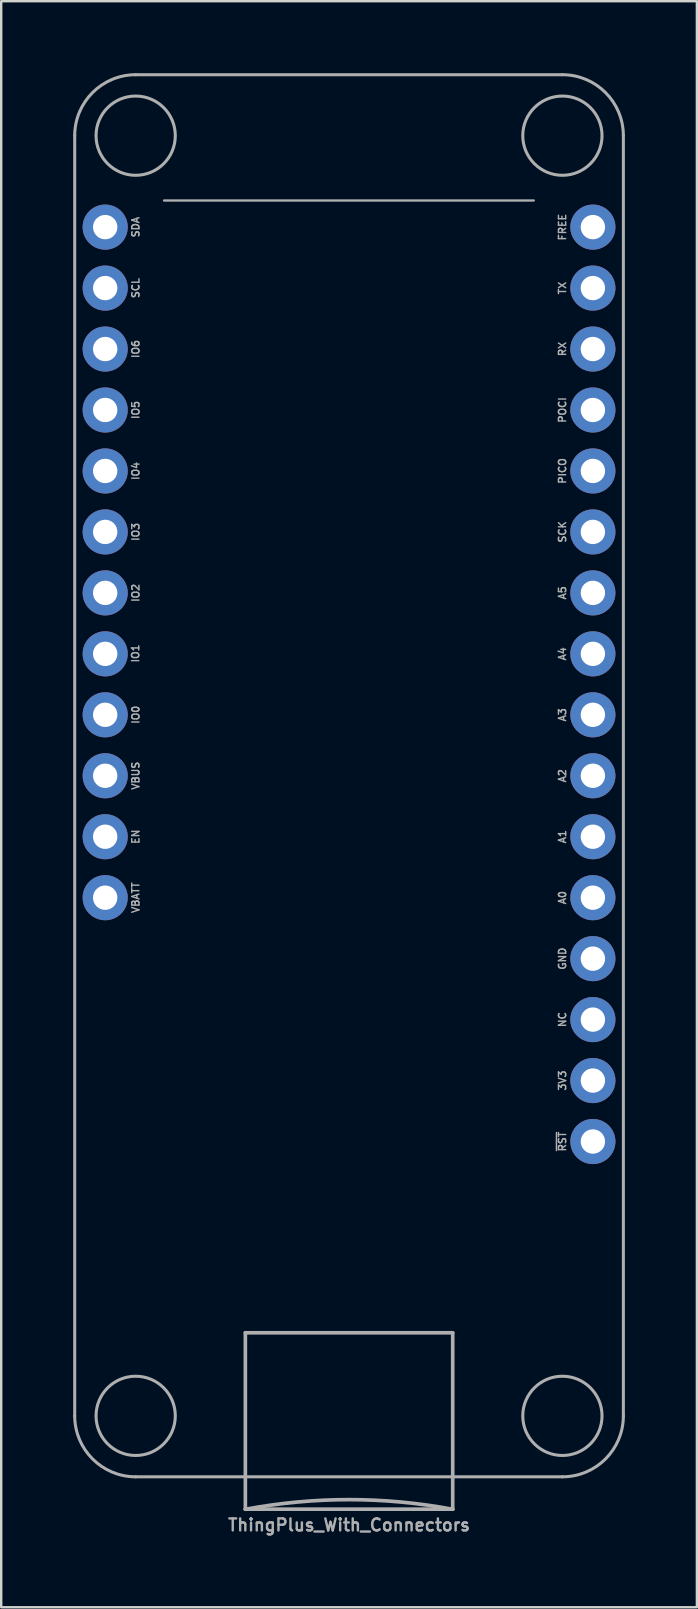
<source format=kicad_pcb>
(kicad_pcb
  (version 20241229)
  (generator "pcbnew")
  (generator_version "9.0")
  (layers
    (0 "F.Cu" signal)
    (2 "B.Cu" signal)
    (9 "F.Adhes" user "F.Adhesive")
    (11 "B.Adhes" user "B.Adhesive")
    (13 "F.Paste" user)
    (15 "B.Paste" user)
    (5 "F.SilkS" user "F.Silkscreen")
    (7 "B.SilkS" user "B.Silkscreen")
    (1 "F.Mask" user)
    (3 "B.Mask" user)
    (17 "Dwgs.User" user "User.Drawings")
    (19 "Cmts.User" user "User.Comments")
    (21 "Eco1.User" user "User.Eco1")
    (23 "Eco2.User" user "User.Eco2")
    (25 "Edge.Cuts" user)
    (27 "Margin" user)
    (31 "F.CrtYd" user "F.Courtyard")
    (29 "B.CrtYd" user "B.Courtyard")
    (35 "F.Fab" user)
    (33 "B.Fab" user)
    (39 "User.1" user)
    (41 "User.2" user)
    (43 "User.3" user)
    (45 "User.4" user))
  (footprint "ThingPlus_With_Connectors"
    (layer "F.Cu")
    (at 11.493 29.273)
    (property "Reference" "ThingPlus_With_Connectors" (at 0 31.51 0) (layer "F.Fab") (effects (font (size 0.5 0.5) (thickness 0.1) (bold yes)) (justify bottom)))
    (fp_line (start -11.43 26.67) (end -11.43 -26.67) (stroke (width 0.127) (type solid)) (layer "F.Fab"))
    (fp_line (start -8.89 -29.21) (end 8.89 -29.21) (stroke (width 0.127) (type solid)) (layer "F.Fab"))
    (fp_line (start -7.706 -23.969) (end 7.694 -23.969) (stroke (width 0.1) (type solid)) (layer "F.Fab"))
    (fp_line (start -4.32 23.209) (end -4.32 24.829) (stroke (width 0.01) (type solid)) (layer "F.Fab"))
    (fp_line (start -4.32 23.209) (end 4.32 23.209) (stroke (width 0.152) (type solid)) (layer "F.Fab"))
    (fp_line (start -4.32 27.159) (end -4.32 28.759) (stroke (width 0.01) (type solid)) (layer "F.Fab"))
    (fp_line (start -4.32 30.559) (end -4.32 23.209) (stroke (width 0.152) (type solid)) (layer "F.Fab"))
    (fp_line (start -4.32 30.559) (end 4.32 30.559) (stroke (width 0.152) (type solid)) (layer "F.Fab"))
    (fp_line (start 4.32 23.209) (end 4.32 24.829) (stroke (width 0.01) (type solid)) (layer "F.Fab"))
    (fp_line (start 4.32 23.209) (end 4.32 30.559) (stroke (width 0.152) (type solid)) (layer "F.Fab"))
    (fp_line (start 4.32 27.159) (end 4.32 28.759) (stroke (width 0.01) (type solid)) (layer "F.Fab"))
    (fp_line (start 8.89 29.21) (end -8.89 29.21) (stroke (width 0.127) (type solid)) (layer "F.Fab"))
    (fp_line (start 11.43 -26.67) (end 11.43 26.67) (stroke (width 0.127) (type solid)) (layer "F.Fab"))
    (fp_arc (start -11.43 -26.67) (mid -10.686051 -28.466051) (end -8.89 -29.21) (stroke (width 0.127) (type solid)) (layer "F.Fab"))
    (fp_arc (start -8.89 29.21) (mid -10.686051 28.466051) (end -11.43 26.67) (stroke (width 0.127) (type solid)) (layer "F.Fab"))
    (fp_arc (start -4.32 30.56375) (mid 0 30.161425) (end 4.32 30.56375) (stroke (width 0.1524) (type solid)) (layer "F.Fab"))
    (fp_arc (start 8.89 -29.21) (mid 10.686051 -28.466051) (end 11.43 -26.67) (stroke (width 0.127) (type solid)) (layer "F.Fab"))
    (fp_arc (start 11.43 26.67) (mid 10.686051 28.466051) (end 8.89 29.21) (stroke (width 0.127) (type solid)) (layer "F.Fab"))
    (fp_circle (center -8.89 -26.67) (end -7.239 -26.67) (stroke (width 0.127) (type solid)) (fill no) (layer "F.Fab"))
    (fp_circle (center -8.89 26.67) (end -7.239 26.67) (stroke (width 0.127) (type solid)) (fill no) (layer "F.Fab"))
    (fp_circle (center 8.89 -26.67) (end 10.541 -26.67) (stroke (width 0.127) (type solid)) (fill no) (layer "F.Fab"))
    (fp_circle (center 8.89 26.67) (end 10.541 26.67) (stroke (width 0.127) (type solid)) (fill no) (layer "F.Fab"))
    (fp_line (start -10.95 16.685) (end -10.95 22.685) (stroke (width 0.152) (type solid)) (layer "User.1"))
    (fp_line (start -10.95 16.685) (end -6.7 16.685) (stroke (width 0.152) (type solid)) (layer "User.1"))
    (fp_line (start -10.62 6.8) (end -10.62 14.8) (stroke (width 0.152) (type solid)) (layer "User.1"))
    (fp_line (start -10.62 14.8) (end -3.12 14.795) (stroke (width 0.152) (type solid)) (layer "User.1"))
    (fp_line (start -7.706 -29.119) (end 7.694 -29.119) (stroke (width 0.1) (type solid)) (layer "User.1"))
    (fp_line (start -7.706 -8.669) (end -7.706 -29.119) (stroke (width 0.1) (type solid)) (layer "User.1"))
    (fp_line (start -6.7 16.685) (end -6.7 22.685) (stroke (width 0.152) (type solid)) (layer "User.1"))
    (fp_line (start -6.7 22.685) (end -10.95 22.685) (stroke (width 0.152) (type solid)) (layer "User.1"))
    (fp_line (start -5.62 7.595) (end -3.12 7.595) (stroke (width 0.152) (type solid)) (layer "User.1"))
    (fp_line (start -5.62 13.995) (end -5.62 7.595) (stroke (width 0.152) (type solid)) (layer "User.1"))
    (fp_line (start -3.12 6.795) (end -10.62 6.8) (stroke (width 0.152) (type solid)) (layer "User.1"))
    (fp_line (start -3.12 7.595) (end -3.12 6.795) (stroke (width 0.152) (type solid)) (layer "User.1"))
    (fp_line (start -3.12 13.995) (end -5.62 13.995) (stroke (width 0.152) (type solid)) (layer "User.1"))
    (fp_line (start -3.12 14.795) (end -3.12 13.995) (stroke (width 0.152) (type solid)) (layer "User.1"))
    (fp_line (start 7.694 -29.119) (end 7.694 -8.669) (stroke (width 0.1) (type solid)) (layer "User.1"))
    (fp_line (start 7.694 -8.669) (end -7.706 -8.669) (stroke (width 0.1) (type solid)) (layer "User.1"))
    (fp_poly (pts (xy -8.405 11.293) (xy -8.416 11.375) (xy -8.452 11.418) (xy -8.496 11.433) (xy -8.549 11.436) (xy -8.602 11.433) (xy -8.645 11.418) (xy -8.681 11.374) (xy -8.692 11.291) (xy -8.681 11.21) (xy -8.645 11.166) (xy -8.601 11.151) (xy -8.548 11.148) (xy -8.494 11.151) (xy -8.452 11.166) (xy -8.416 11.21) (xy -8.405 11.293)) (stroke (width 0.1) (type solid)) (fill no) (layer "User.1"))
    (fp_poly (pts (xy -7.522 11.293) (xy -7.533 11.375) (xy -7.569 11.418) (xy -7.612 11.433) (xy -7.667 11.436) (xy -8.184 11.436) (xy -8.237 11.433) (xy -8.28 11.418) (xy -8.316 11.374) (xy -8.327 11.291) (xy -8.316 11.21) (xy -8.279 11.166) (xy -8.236 11.151) (xy -8.181 11.148) (xy -7.665 11.148) (xy -7.611 11.151) (xy -7.569 11.166) (xy -7.533 11.21) (xy -7.522 11.293)) (stroke (width 0.1) (type solid)) (fill no) (layer "User.1"))
    (fp_poly (pts (xy -7.522 12.171) (xy -7.533 12.253) (xy -7.57 12.298) (xy -7.613 12.313) (xy -7.668 12.315) (xy -8.489 12.315) (xy -8.542 12.313) (xy -8.586 12.298) (xy -8.622 12.253) (xy -8.633 12.169) (xy -8.622 12.087) (xy -8.586 12.042) (xy -8.542 12.027) (xy -8.487 12.025) (xy -7.77 12.025) (xy -7.77 11.637) (xy -7.767 11.592) (xy -7.755 11.556) (xy -7.717 11.525) (xy -7.646 11.515) (xy -7.576 11.525) (xy -7.538 11.556) (xy -7.525 11.594) (xy -7.522 11.639) (xy -7.522 12.171)) (stroke (width 0.1) (type solid)) (fill no) (layer "User.1"))
    (fp_poly (pts (xy -7.508 9.704) (xy -7.508 9.707) (xy -7.798 9.707) (xy -7.83 9.618) (xy -7.929 9.575) (xy -8.022 9.612) (xy -8.057 9.709) (xy -8.02 9.798) (xy -7.927 9.836) (xy -7.83 9.794) (xy -7.798 9.707) (xy -7.508 9.707) (xy -7.521 9.807) (xy -7.56 9.904) (xy -7.626 9.994) (xy -7.712 10.068) (xy -7.812 10.111) (xy -7.925 10.126) (xy -8.035 10.112) (xy -8.135 10.071) (xy -8.223 10.002) (xy -8.292 9.914) (xy -8.334 9.816) (xy -8.348 9.707) (xy -8.334 9.595) (xy -8.293 9.496) (xy -8.225 9.408) (xy -8.138 9.339) (xy -8.038 9.298) (xy -7.927 9.285) (xy -7.81 9.299) (xy -7.709 9.343) (xy -7.624 9.416) (xy -7.559 9.506) (xy -7.521 9.602) (xy -7.508 9.704)) (stroke (width 0.1) (type solid)) (fill no) (layer "User.1"))
    (fp_poly (pts (xy -9.028 21.445) (xy -9.014 21.402) (xy -8.99 21.364) (xy -8.981 21.354) (xy -8.943 21.32) (xy -8.9 21.296) (xy -8.85 21.281) (xy -8.791 21.276) (xy -8.755 21.276) (xy -8.724 21.278) (xy -8.7 21.282) (xy -8.679 21.288) (xy -8.656 21.298) (xy -8.642 21.305) (xy -8.596 21.334) (xy -8.563 21.368) (xy -8.54 21.409) (xy -8.527 21.458) (xy -8.524 21.483) (xy -8.524 21.511) (xy -8.528 21.539) (xy -8.53 21.547) (xy -8.55 21.598) (xy -8.58 21.64) (xy -8.62 21.672) (xy -8.668 21.695) (xy -8.725 21.709) (xy -8.757 21.712) (xy -8.821 21.711) (xy -8.876 21.7) (xy -8.924 21.68) (xy -8.966 21.649) (xy -8.983 21.632) (xy -9.01 21.594) (xy -9.026 21.553) (xy -9.032 21.504) (xy -9.033 21.494)) (stroke (width 0.1) (type solid)) (fill no) (layer "User.1"))
    (fp_poly (pts (xy -7.524 10.893) (xy -7.535 10.975) (xy -7.571 11.02) (xy -7.615 11.035) (xy -7.67 11.037) (xy -8.489 11.037) (xy -8.542 11.035) (xy -8.586 11.02) (xy -8.622 10.975) (xy -8.633 10.891) (xy -8.633 10.575) (xy -8.627 10.511) (xy -8.608 10.444) (xy -8.577 10.377) (xy -8.535 10.313) (xy -8.479 10.257) (xy -8.406 10.211) (xy -8.32 10.181) (xy -8.225 10.171) (xy -8.132 10.18) (xy -8.047 10.21) (xy -7.975 10.256) (xy -7.919 10.313) (xy -7.877 10.377) (xy -7.846 10.444) (xy -7.827 10.512) (xy -7.821 10.577) (xy -7.821 10.747) (xy -8.111 10.747) (xy -8.111 10.575) (xy -8.14 10.497) (xy -8.227 10.459) (xy -8.31 10.494) (xy -8.343 10.577) (xy -8.343 10.747) (xy -8.111 10.747) (xy -7.821 10.747) (xy -7.668 10.747) (xy -7.613 10.749) (xy -7.571 10.764) (xy -7.535 10.809) (xy -7.524 10.893)) (stroke (width 0.1) (type solid)) (fill no) (layer "User.1"))
    (fp_poly (pts (xy -1.411 27.933) (xy -1.411 27.489) (xy -1.409 27.434) (xy -1.394 27.39) (xy -1.349 27.354) (xy -1.265 27.343) (xy -1.182 27.354) (xy -1.138 27.39) (xy -1.122 27.434) (xy -1.119 27.49) (xy -1.119 27.933) (xy -1.103 28.045) (xy -1.04 28.139) (xy -0.985 28.17) (xy -0.918 28.181) (xy -0.836 28.164) (xy -0.773 28.113) (xy -0.733 28.033) (xy -0.719 27.932) (xy -0.719 27.481) (xy -0.716 27.429) (xy -0.7 27.388) (xy -0.656 27.354) (xy -0.573 27.343) (xy -0.491 27.354) (xy -0.446 27.391) (xy -0.431 27.436) (xy -0.429 27.49) (xy -0.429 27.937) (xy -0.437 28.033) (xy -0.461 28.127) (xy -0.501 28.217) (xy -0.554 28.299) (xy -0.623 28.37) (xy -0.71 28.425) (xy -0.811 28.461) (xy -0.922 28.473) (xy -1.033 28.461) (xy -1.133 28.425) (xy -1.22 28.369) (xy -1.288 28.297) (xy -1.341 28.214) (xy -1.38 28.124) (xy -1.403 28.029) (xy -1.411 27.933)) (stroke (width 0.1) (type solid)) (fill no) (layer "User.1"))
    (fp_poly (pts (xy 0.668 28.454) (xy 0.586 28.443) (xy 0.541 28.406) (xy 0.526 28.362) (xy 0.524 28.306) (xy 0.524 27.487) (xy 0.526 27.434) (xy 0.541 27.39) (xy 0.586 27.354) (xy 0.67 27.343) (xy 1.041 27.343) (xy 1.131 27.354) (xy 1.211 27.388) (xy 1.281 27.444) (xy 1.336 27.515) (xy 1.369 27.595) (xy 1.38 27.683) (xy 1.366 27.775) (xy 1.327 27.86) (xy 1.39 27.972) (xy 1.411 28.094) (xy 1.399 28.189) (xy 1.364 28.274) (xy 1.306 28.349) (xy 1.232 28.407) (xy 1.149 28.442) (xy 1.057 28.454) (xy 0.814 28.454) (xy 0.814 28.164) (xy 1.041 28.164) (xy 1.064 28.162) (xy 1.088 28.153) (xy 1.112 28.126) (xy 1.121 28.076) (xy 1.1 28.01) (xy 1.033 27.995) (xy 1.013 27.995) (xy 0.922 27.967) (xy 0.895 27.873) (xy 0.924 27.782) (xy 1.021 27.756) (xy 1.04 27.756) (xy 1.078 27.744) (xy 1.089 27.695) (xy 1.072 27.646) (xy 1.006 27.633) (xy 0.814 27.633) (xy 0.814 28.164) (xy 0.814 28.454) (xy 0.668 28.454)) (stroke (width 0.1) (type solid)) (fill no) (layer "User.1"))
    (fp_poly (pts (xy 0.046 28.471) (xy -0.043 28.464) (xy -0.117 28.447) (xy -0.179 28.421) (xy -0.228 28.391) (xy -0.266 28.36) (xy -0.294 28.332) (xy -0.311 28.31) (xy -0.321 28.298) (xy -0.36 28.195) (xy -0.294 28.094) (xy -0.228 28.057) (xy -0.159 28.068) (xy -0.087 28.125) (xy -0.023 28.183) (xy 0.04 28.198) (xy 0.133 28.175) (xy 0.162 28.102) (xy 0.121 28.052) (xy -0.004 28.015) (xy -0.08 27.995) (xy -0.14 27.973) (xy -0.229 27.922) (xy -0.292 27.854) (xy -0.33 27.768) (xy -0.343 27.665) (xy -0.331 27.573) (xy -0.296 27.493) (xy -0.237 27.423) (xy -0.159 27.37) (xy -0.07 27.338) (xy 0.032 27.327) (xy 0.152 27.337) (xy 0.253 27.369) (xy 0.335 27.422) (xy 0.392 27.504) (xy 0.354 27.602) (xy 0.26 27.679) (xy 0.154 27.649) (xy 0.136 27.634) (xy 0.114 27.616) (xy 0.083 27.604) (xy 0.03 27.598) (xy -0.029 27.618) (xy -0.054 27.667) (xy -0.026 27.718) (xy 0.037 27.746) (xy 0.133 27.766) (xy 0.235 27.79) (xy 0.325 27.832) (xy 0.394 27.892) (xy 0.439 27.978) (xy 0.454 28.097) (xy 0.447 28.173) (xy 0.427 28.241) (xy 0.358 28.348) (xy 0.26 28.419) (xy 0.152 28.46) (xy 0.046 28.471)) (stroke (width 0.1) (type solid)) (fill no) (layer "User.1"))
    (fp_poly (pts (xy -9.674 19.511) (xy -9.674 19.332) (xy -9.674 19.164) (xy -9.674 19.009) (xy -9.674 18.866) (xy -9.674 18.733) (xy -9.673 18.611) (xy -9.673 18.499) (xy -9.673 18.396) (xy -9.673 18.303) (xy -9.673 18.218) (xy -9.673 18.142) (xy -9.672 18.074) (xy -9.672 18.013) (xy -9.672 17.958) (xy -9.671 17.911) (xy -9.671 17.869) (xy -9.67 17.833) (xy -9.67 17.802) (xy -9.669 17.775) (xy -9.669 17.753) (xy -9.668 17.734) (xy -9.667 17.719) (xy -9.666 17.706) (xy -9.665 17.696) (xy -9.664 17.688) (xy -9.663 17.681) (xy -9.662 17.675) (xy -9.661 17.67) (xy -9.63 17.562) (xy -9.587 17.461) (xy -9.534 17.368) (xy -9.471 17.283) (xy -9.398 17.206) (xy -9.315 17.138) (xy -9.224 17.08) (xy -9.199 17.067) (xy -9.108 17.025) (xy -9.016 16.996) (xy -8.921 16.977) (xy -8.821 16.97) (xy -8.794 16.969) (xy -8.683 16.975) (xy -8.578 16.993) (xy -8.479 17.023) (xy -8.385 17.066) (xy -8.295 17.12) (xy -8.21 17.188) (xy -8.179 17.216) (xy -8.108 17.291) (xy -8.049 17.371) (xy -8 17.456) (xy -7.96 17.548) (xy -7.929 17.65) (xy -7.922 17.679) (xy -7.907 17.743) (xy -7.905 19.34) (xy -7.903 20.936) (xy -8.597 20.936) (xy -9.288 20.936) (xy -9.288 20.881) (xy -8.782 20.698) (xy -8.275 20.514) (xy -8.275 20.347) (xy -8.275 20.181) (xy -8.582 20.086) (xy -8.644 20.067) (xy -8.701 20.049) (xy -8.754 20.032) (xy -8.799 20.017) (xy -8.838 20.005) (xy -8.867 19.996) (xy -8.887 19.989) (xy -8.895 19.986) (xy -8.895 19.986) (xy -8.89 19.983) (xy -8.873 19.977) (xy -8.846 19.968) (xy -8.81 19.956) (xy -8.766 19.941) (xy -8.715 19.925) (xy -8.658 19.908) (xy -8.597 19.889) (xy -8.588 19.886) (xy -8.275 19.79) (xy -8.275 19.624) (xy -8.275 19.457) (xy -8.779 19.273) (xy -8.857 19.244) (xy -8.932 19.217) (xy -9.002 19.192) (xy -9.067 19.168) (xy -9.125 19.147) (xy -9.175 19.129) (xy -9.218 19.113) (xy -9.251 19.101) (xy -9.274 19.093) (xy -9.286 19.089) (xy -9.287 19.089) (xy -9.289 19.095) (xy -9.29 19.113) (xy -9.291 19.14) (xy -9.291 19.176) (xy -9.292 19.217) (xy -9.292 19.25) (xy -9.292 19.042) (xy -8.783 19.042) (xy -8.275 19.042) (xy -8.275 18.876) (xy -8.275 18.71) (xy -8.783 18.71) (xy -9.292 18.71) (xy -9.292 18.644) (xy -8.783 18.644) (xy -8.275 18.644) (xy -8.275 18.478) (xy -8.275 18.311) (xy -8.78 18.311) (xy -8.78 18.242) (xy -8.727 18.241) (xy -8.684 18.239) (xy -8.647 18.234) (xy -8.613 18.226) (xy -8.58 18.214) (xy -8.543 18.198) (xy -8.522 18.188) (xy -8.457 18.149) (xy -8.401 18.1) (xy -8.354 18.041) (xy -8.327 17.996) (xy -8.299 17.934) (xy -8.28 17.876) (xy -8.269 17.817) (xy -8.264 17.751) (xy -8.264 17.72) (xy -8.265 17.657) (xy -8.399 17.655) (xy -8.533 17.653) (xy -8.535 17.712) (xy -8.541 17.76) (xy -8.554 17.798) (xy -8.574 17.829) (xy -8.595 17.849) (xy -8.637 17.878) (xy -8.686 17.897) (xy -8.739 17.908) (xy -8.793 17.911) (xy -8.847 17.905) (xy -8.897 17.891) (xy -8.941 17.868) (xy -8.977 17.838) (xy -9.002 17.805) (xy -9.017 17.772) (xy -9.024 17.734) (xy -9.026 17.705) (xy -9.026 17.653) (xy -9.164 17.655) (xy -9.302 17.657) (xy -9.301 17.74) (xy -9.297 17.806) (xy -9.288 17.864) (xy -9.273 17.919) (xy -9.25 17.974) (xy -9.244 17.986) (xy -9.211 18.039) (xy -9.169 18.09) (xy -9.12 18.136) (xy -9.068 18.173) (xy -9.049 18.184) (xy -9.005 18.205) (xy -8.966 18.22) (xy -8.926 18.231) (xy -8.884 18.237) (xy -8.835 18.241) (xy -8.78 18.242) (xy -8.78 18.311) (xy -8.783 18.311) (xy -9.292 18.311) (xy -9.292 18.478) (xy -9.292 18.644) (xy -9.292 18.71) (xy -9.292 18.876) (xy -9.292 19.042) (xy -9.292 19.25) (xy -9.292 19.412) (xy -8.968 19.507) (xy -8.904 19.526) (xy -8.844 19.544) (xy -8.788 19.56) (xy -8.738 19.575) (xy -8.696 19.588) (xy -8.662 19.598) (xy -8.638 19.605) (xy -8.626 19.609) (xy -8.624 19.61) (xy -8.621 19.611) (xy -8.619 19.613) (xy -8.619 19.615) (xy -8.623 19.617) (xy -8.629 19.621) (xy -8.641 19.625) (xy -8.657 19.631) (xy -8.679 19.638) (xy -8.708 19.647) (xy -8.744 19.658) (xy -8.789 19.671) (xy -8.842 19.687) (xy -8.905 19.706) (xy -8.978 19.727) (xy -9.063 19.752) (xy -9.159 19.78) (xy -9.179 19.785) (xy -9.288 19.817) (xy -9.29 19.977) (xy -9.292 20.138) (xy -9.237 20.154) (xy -9.219 20.16) (xy -9.19 20.168) (xy -9.151 20.179) (xy -9.104 20.193) (xy -9.052 20.208) (xy -8.994 20.225) (xy -8.934 20.242) (xy -8.9 20.252) (xy -8.841 20.269) (xy -8.786 20.285) (xy -8.736 20.3) (xy -8.693 20.312) (xy -8.658 20.323) (xy -8.632 20.331) (xy -8.616 20.336) (xy -8.612 20.338) (xy -8.618 20.34) (xy -8.634 20.346) (xy -8.662 20.355) (xy -8.698 20.367) (xy -8.743 20.381) (xy -8.795 20.396) (xy -8.852 20.414) (xy -8.914 20.432) (xy -8.942 20.44) (xy -9.007 20.459) (xy -9.067 20.477) (xy -9.123 20.494) (xy -9.172 20.509) (xy -9.214 20.521) (xy -9.247 20.531) (xy -9.271 20.539) (xy -9.283 20.543) (xy -9.285 20.544) (xy -9.287 20.551) (xy -9.289 20.569) (xy -9.29 20.598) (xy -9.29 20.64) (xy -9.29 20.694) (xy -9.29 20.715) (xy -9.288 20.881) (xy -9.288 20.936) (xy -9.292 20.936) (xy -9.292 21.105) (xy -9.292 21.275) (xy -9.227 21.275) (xy -9.163 21.275) (xy -9.197 21.31) (xy -9.239 21.361) (xy -9.272 21.419) (xy -9.286 21.454) (xy -9.294 21.488) (xy -9.299 21.531) (xy -9.302 21.579) (xy -9.301 21.628) (xy -9.297 21.673) (xy -9.289 21.712) (xy -9.289 21.713) (xy -9.263 21.785) (xy -9.225 21.85) (xy -9.177 21.908) (xy -9.118 21.957) (xy -9.056 21.994) (xy -8.994 22.019) (xy -8.925 22.037) (xy -8.85 22.048) (xy -8.775 22.051) (xy -8.719 22.047) (xy -8.665 22.04) (xy -8.62 22.031) (xy -8.58 22.019) (xy -8.539 22.002) (xy -8.508 21.988) (xy -8.445 21.95) (xy -8.389 21.904) (xy -8.343 21.849) (xy -8.31 21.793) (xy -8.282 21.72) (xy -8.266 21.644) (xy -8.262 21.575) (xy -8.268 21.502) (xy -8.285 21.436) (xy -8.314 21.376) (xy -8.354 21.322) (xy -8.361 21.314) (xy -8.4 21.275) (xy -8.152 21.275) (xy -7.903 21.275) (xy -7.904 21.436) (xy -7.905 21.482) (xy -7.905 21.526) (xy -7.906 21.564) (xy -7.907 21.595) (xy -7.907 21.616) (xy -7.908 21.623) (xy -7.924 21.728) (xy -7.952 21.829) (xy -7.991 21.926) (xy -8.041 22.017) (xy -8.1 22.101) (xy -8.169 22.178) (xy -8.246 22.246) (xy -8.33 22.305) (xy -8.422 22.354) (xy -8.464 22.372) (xy -8.565 22.404) (xy -8.667 22.425) (xy -8.768 22.435) (xy -8.866 22.432) (xy -8.976 22.415) (xy -9.08 22.387) (xy -9.178 22.347) (xy -9.27 22.295) (xy -9.356 22.231) (xy -9.432 22.16) (xy -9.502 22.079) (xy -9.56 21.992) (xy -9.607 21.899) (xy -9.644 21.798) (xy -9.656 21.755) (xy -9.674 21.683) (xy -9.674 19.703)) (stroke (width 0.1) (type solid)) (fill no) (layer "User.1"))
    (fp_text user "TX" (at 8.89 -20.32 90) (unlocked yes) (layer "F.Fab") (effects (font (size 0.3 0.3) (thickness 0.06) (bold yes))))
    (fp_text user "RX" (at 8.89 -17.78 90) (unlocked yes) (layer "F.Fab") (effects (font (size 0.3 0.3) (thickness 0.06) (bold yes))))
    (fp_text user "IO2" (at -8.89 -7.62 90) (unlocked yes) (layer "F.Fab") (effects (font (size 0.3 0.3) (thickness 0.06) (bold yes))))
    (fp_text user "A5" (at 8.89 -7.62 90) (unlocked yes) (layer "F.Fab") (effects (font (size 0.3 0.3) (thickness 0.06) (bold yes))))
    (fp_text user "A1" (at 8.89 2.54 90) (unlocked yes) (layer "F.Fab") (effects (font (size 0.3 0.3) (thickness 0.06) (bold yes))))
    (fp_text user "A2" (at 8.89 0 90) (unlocked yes) (layer "F.Fab") (effects (font (size 0.3 0.3) (thickness 0.06) (bold yes))))
    (fp_text user "POCI" (at 8.89 -15.24 90) (unlocked yes) (layer "F.Fab") (effects (font (size 0.3 0.3) (thickness 0.06) (bold yes))))
    (fp_text user "VBUS" (at -8.89 0 90) (unlocked yes) (layer "F.Fab") (effects (font (size 0.3 0.3) (thickness 0.06) (bold yes))))
    (fp_text user "A4" (at 8.89 -5.08 90) (unlocked yes) (layer "F.Fab") (effects (font (size 0.3 0.3) (thickness 0.06) (bold yes))))
    (fp_text user "GND" (at 8.89 7.62 90) (unlocked yes) (layer "F.Fab") (effects (font (size 0.3 0.3) (thickness 0.06) (bold yes))))
    (fp_text user "SDA" (at -8.89 -22.86 90) (unlocked yes) (layer "F.Fab") (effects (font (size 0.3 0.3) (thickness 0.06) (bold yes))))
    (fp_text user "SCL" (at -8.89 -20.32 90) (unlocked yes) (layer "F.Fab") (effects (font (size 0.3 0.3) (thickness 0.06) (bold yes))))
    (fp_text user "EN" (at -8.89 2.54 90) (unlocked yes) (layer "F.Fab") (effects (font (size 0.3 0.3) (thickness 0.06) (bold yes))))
    (fp_text user "VBATT" (at -8.89 5.08 90) (unlocked yes) (layer "F.Fab") (effects (font (size 0.3 0.3) (thickness 0.06) (bold yes))))
    (fp_text user "A3" (at 8.89 -2.54 90) (unlocked yes) (layer "F.Fab") (effects (font (size 0.3 0.3) (thickness 0.06) (bold yes))))
    (fp_text user "A0" (at 8.89 5.08 90) (unlocked yes) (layer "F.Fab") (effects (font (size 0.3 0.3) (thickness 0.06) (bold yes))))
    (fp_text user "IO1" (at -8.899 -5.097 90) (unlocked yes) (layer "F.Fab") (effects (font (size 0.3 0.3) (thickness 0.06) (bold yes))))
    (fp_text user "IO4" (at -8.89 -12.7 90) (unlocked yes) (layer "F.Fab") (effects (font (size 0.3 0.3) (thickness 0.06) (bold yes))))
    (fp_text user "IO6" (at -8.89 -17.78 90) (unlocked yes) (layer "F.Fab") (effects (font (size 0.3 0.3) (thickness 0.06) (bold yes))))
    (fp_text user "3V3" (at 8.89 12.7 90) (unlocked yes) (layer "F.Fab") (effects (font (size 0.3 0.3) (thickness 0.06) (bold yes))))
    (fp_text user "PICO" (at 8.89 -12.7 90) (unlocked yes) (layer "F.Fab") (effects (font (size 0.3 0.3) (thickness 0.06) (bold yes))))
    (fp_text user "~{RST}" (at 8.89 15.24 90) (unlocked yes) (layer "F.Fab") (effects (font (size 0.3 0.3) (thickness 0.06) (bold yes))))
    (fp_text user "SCK" (at 8.89 -10.16 90) (unlocked yes) (layer "F.Fab") (effects (font (size 0.3 0.3) (thickness 0.06) (bold yes))))
    (fp_text user "FREE" (at 8.89 -22.86 90) (unlocked yes) (layer "F.Fab") (effects (font (size 0.3 0.3) (thickness 0.06) (bold yes))))
    (fp_text user "NC" (at 8.89 10.16 90) (unlocked yes) (layer "F.Fab") (effects (font (size 0.3 0.3) (thickness 0.06) (bold yes))))
    (fp_text user "IO0" (at -8.89 -2.54 90) (unlocked yes) (layer "F.Fab") (effects (font (size 0.3 0.3) (thickness 0.06) (bold yes))))
    (fp_text user "IO3" (at -8.89 -10.16 90) (unlocked yes) (layer "F.Fab") (effects (font (size 0.3 0.3) (thickness 0.06) (bold yes))))
    (fp_text user "IO5" (at -8.89 -15.24 90) (unlocked yes) (layer "F.Fab") (effects (font (size 0.3 0.3) (thickness 0.06) (bold yes))))
    (pad "1" thru_hole circle (at -10.16 -22.86) (size 1.88 1.88) (drill 1.016) (layers "*.Cu" "*.Mask"))
    (pad "2" thru_hole circle (at -10.16 -20.32) (size 1.88 1.88) (drill 1.016) (layers "*.Cu" "*.Mask"))
    (pad "3" thru_hole circle (at -10.16 -17.78) (size 1.88 1.88) (drill 1.016) (layers "*.Cu" "*.Mask"))
    (pad "4" thru_hole circle (at -10.16 -15.24) (size 1.88 1.88) (drill 1.016) (layers "*.Cu" "*.Mask"))
    (pad "5" thru_hole circle (at -10.16 -12.7) (size 1.88 1.88) (drill 1.016) (layers "*.Cu" "*.Mask"))
    (pad "6" thru_hole circle (at -10.16 -10.16) (size 1.88 1.88) (drill 1.016) (layers "*.Cu" "*.Mask"))
    (pad "7" thru_hole circle (at -10.16 -7.62) (size 1.88 1.88) (drill 1.016) (layers "*.Cu" "*.Mask"))
    (pad "8" thru_hole circle (at -10.16 -5.08) (size 1.88 1.88) (drill 1.016) (layers "*.Cu" "*.Mask"))
    (pad "9" thru_hole circle (at -10.16 -2.54) (size 1.88 1.88) (drill 1.016) (layers "*.Cu" "*.Mask"))
    (pad "10" thru_hole circle (at -10.16 0) (size 1.88 1.88) (drill 1.016) (layers "*.Cu" "*.Mask"))
    (pad "11" thru_hole circle (at -10.16 2.54) (size 1.88 1.88) (drill 1.016) (layers "*.Cu" "*.Mask"))
    (pad "12" thru_hole circle (at -10.16 5.08) (size 1.88 1.88) (drill 1.016) (layers "*.Cu" "*.Mask"))
    (pad "13" thru_hole circle (at 10.16 -22.86) (size 1.88 1.88) (drill 1.016) (layers "*.Cu" "*.Mask"))
    (pad "14" thru_hole circle (at 10.16 -20.32) (size 1.88 1.88) (drill 1.016) (layers "*.Cu" "*.Mask"))
    (pad "15" thru_hole circle (at 10.16 -17.78) (size 1.88 1.88) (drill 1.016) (layers "*.Cu" "*.Mask"))
    (pad "16" thru_hole circle (at 10.16 -15.24) (size 1.88 1.88) (drill 1.016) (layers "*.Cu" "*.Mask"))
    (pad "17" thru_hole circle (at 10.16 -12.7) (size 1.88 1.88) (drill 1.016) (layers "*.Cu" "*.Mask"))
    (pad "18" thru_hole circle (at 10.16 -10.16) (size 1.88 1.88) (drill 1.016) (layers "*.Cu" "*.Mask"))
    (pad "19" thru_hole circle (at 10.16 -7.62) (size 1.88 1.88) (drill 1.016) (layers "*.Cu" "*.Mask"))
    (pad "20" thru_hole circle (at 10.16 -5.08) (size 1.88 1.88) (drill 1.016) (layers "*.Cu" "*.Mask"))
    (pad "21" thru_hole circle (at 10.16 -2.54) (size 1.88 1.88) (drill 1.016) (layers "*.Cu" "*.Mask"))
    (pad "22" thru_hole circle (at 10.16 0) (size 1.88 1.88) (drill 1.016) (layers "*.Cu" "*.Mask"))
    (pad "23" thru_hole circle (at 10.16 2.54) (size 1.88 1.88) (drill 1.016) (layers "*.Cu" "*.Mask"))
    (pad "24" thru_hole circle (at 10.16 5.08) (size 1.88 1.88) (drill 1.016) (layers "*.Cu" "*.Mask"))
    (pad "25" thru_hole circle (at 10.16 7.62) (size 1.88 1.88) (drill 1.016) (layers "*.Cu" "*.Mask"))
    (pad "26" thru_hole circle (at 10.16 10.16) (size 1.88 1.88) (drill 1.016) (layers "*.Cu" "*.Mask"))
    (pad "27" thru_hole circle (at 10.16 12.7) (size 1.88 1.88) (drill 1.016) (layers "*.Cu" "*.Mask"))
    (pad "28" thru_hole circle (at 10.16 15.24) (size 1.88 1.88) (drill 1.016) (layers "*.Cu" "*.Mask")))
  (gr_rect
    (start -3 -3)
    (end 25.987 63.919)
    (stroke (width 0.1) (type default))
    (fill no)
    (layer "Edge.Cuts")))
</source>
